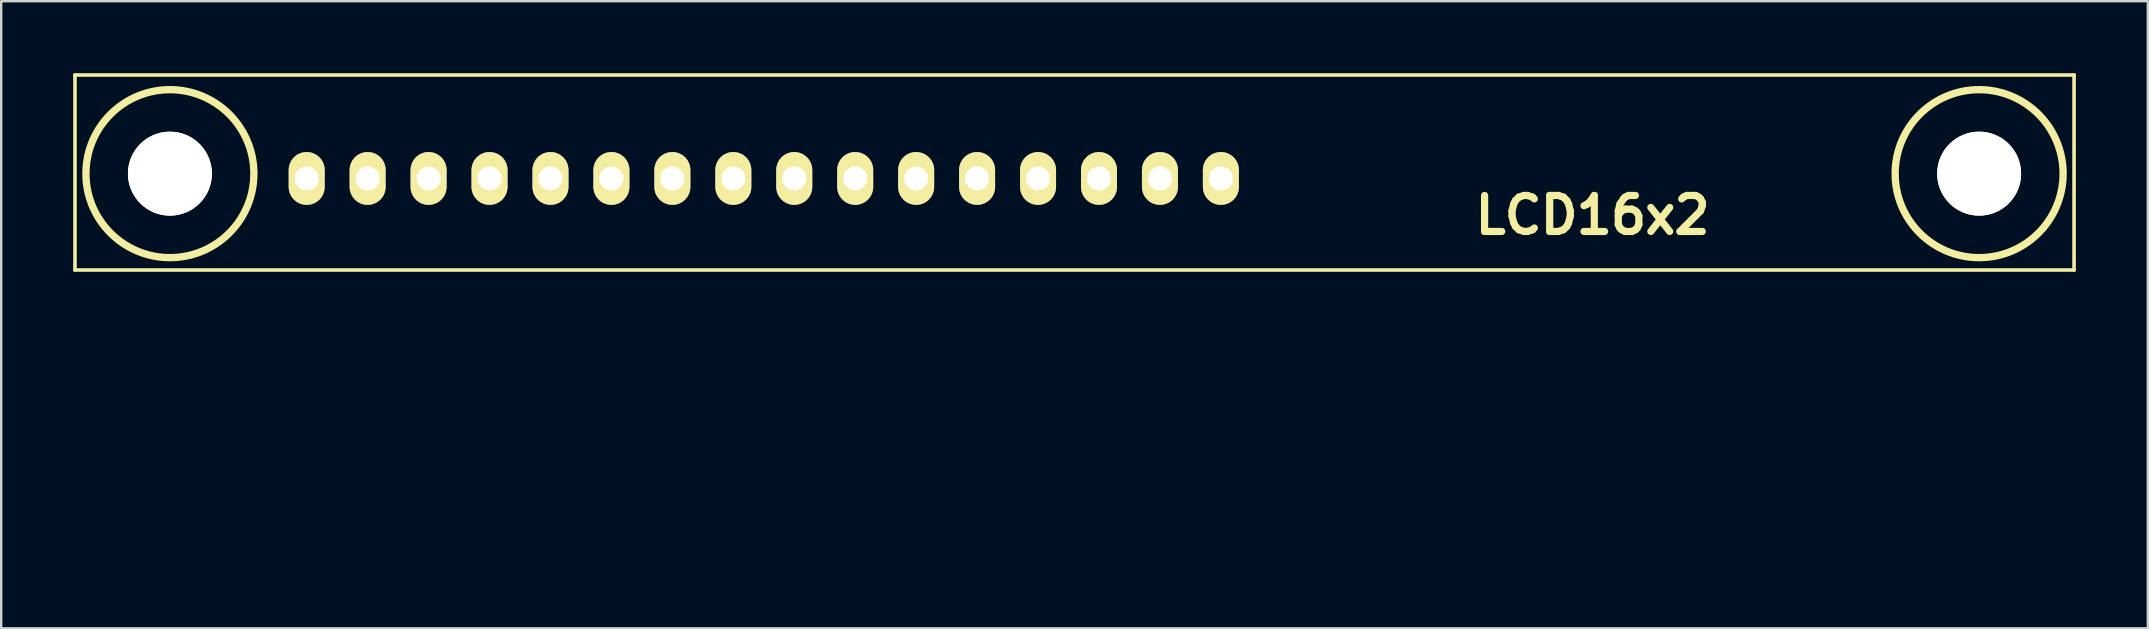
<source format=kicad_pcb>
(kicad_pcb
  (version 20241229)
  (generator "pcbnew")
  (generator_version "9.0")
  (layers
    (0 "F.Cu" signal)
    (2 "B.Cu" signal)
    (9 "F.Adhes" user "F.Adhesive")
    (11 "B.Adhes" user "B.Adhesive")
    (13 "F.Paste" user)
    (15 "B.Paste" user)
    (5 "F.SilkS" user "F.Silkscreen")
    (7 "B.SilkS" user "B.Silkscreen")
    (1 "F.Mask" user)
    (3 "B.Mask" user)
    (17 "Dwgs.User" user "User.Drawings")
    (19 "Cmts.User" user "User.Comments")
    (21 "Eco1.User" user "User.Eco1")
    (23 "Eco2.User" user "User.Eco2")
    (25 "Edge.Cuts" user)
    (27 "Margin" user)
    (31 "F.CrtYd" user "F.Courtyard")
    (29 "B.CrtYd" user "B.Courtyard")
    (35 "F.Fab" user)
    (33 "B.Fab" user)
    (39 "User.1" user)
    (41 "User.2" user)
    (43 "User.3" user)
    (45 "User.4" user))
  (footprint "LCD16x2"
    (layer "F.Cu")
    (at 41.731 19.887)
    (property "Reference" "LCD16x2" (at 21.59 -13.97 0) (layer "F.SilkS") (effects (font (size 1.5 1.5) (thickness 0.3))))
    (attr through_hole)
    (fp_line (start -41.656 -19.812) (end -41.656 -11.684) (stroke (width 0.15) (type solid)) (layer "F.SilkS"))
    (fp_line (start -41.656 -11.684) (end 41.656 -11.684) (stroke (width 0.15) (type solid)) (layer "F.SilkS"))
    (fp_line (start 41.656 -19.812) (end -41.656 -19.812) (stroke (width 0.15) (type solid)) (layer "F.SilkS"))
    (fp_line (start 41.656 -11.684) (end 41.656 -19.812) (stroke (width 0.15) (type solid)) (layer "F.SilkS"))
    (fp_circle (center -37.7 -15.7) (end -41.2 -15.7) (stroke (width 0.305) (type solid)) (fill no) (layer "F.SilkS"))
    (fp_circle (center 37.7 -15.7) (end 41.2 -15.7) (stroke (width 0.305) (type solid)) (fill no) (layer "F.SilkS"))
    (pad "" np_thru_hole circle (at -37.7 -15.7) (size 3.5 3.5) (drill 3.5) (layers "*.Cu" "*.Mask" "F.SilkS"))
    (pad "" np_thru_hole circle (at 37.7 -15.7) (size 3.5 3.5) (drill 3.5) (layers "*.Cu" "*.Mask" "F.SilkS"))
    (pad "1" thru_hole oval (at -32 -15.5) (size 1.5 2.2) (drill 1) (layers "*.Cu" "*.Mask" "F.SilkS"))
    (pad "2" thru_hole oval (at -29.46 -15.5) (size 1.5 2.2) (drill 1) (layers "*.Cu" "*.Mask" "F.SilkS"))
    (pad "3" thru_hole oval (at -26.92 -15.5) (size 1.5 2.2) (drill 1) (layers "*.Cu" "*.Mask" "F.SilkS"))
    (pad "4" thru_hole oval (at -24.38 -15.5) (size 1.5 2.2) (drill 1) (layers "*.Cu" "*.Mask" "F.SilkS"))
    (pad "5" thru_hole oval (at -21.84 -15.5) (size 1.5 2.2) (drill 1) (layers "*.Cu" "*.Mask" "F.SilkS"))
    (pad "6" thru_hole oval (at -19.3 -15.5) (size 1.5 2.2) (drill 1) (layers "*.Cu" "*.Mask" "F.SilkS"))
    (pad "7" thru_hole oval (at -16.76 -15.5) (size 1.5 2.2) (drill 1) (layers "*.Cu" "*.Mask" "F.SilkS"))
    (pad "8" thru_hole oval (at -14.22 -15.5) (size 1.5 2.2) (drill 1) (layers "*.Cu" "*.Mask" "F.SilkS"))
    (pad "9" thru_hole oval (at -11.68 -15.5) (size 1.5 2.2) (drill 1) (layers "*.Cu" "*.Mask" "F.SilkS"))
    (pad "10" thru_hole oval (at -9.14 -15.5) (size 1.5 2.2) (drill 1) (layers "*.Cu" "*.Mask" "F.SilkS"))
    (pad "11" thru_hole oval (at -6.6 -15.5) (size 1.5 2.2) (drill 1) (layers "*.Cu" "*.Mask" "F.SilkS"))
    (pad "12" thru_hole oval (at -4.06 -15.5) (size 1.5 2.2) (drill 1) (layers "*.Cu" "*.Mask" "F.SilkS"))
    (pad "13" thru_hole oval (at -1.52 -15.5) (size 1.5 2.2) (drill 1) (layers "*.Cu" "*.Mask" "F.SilkS"))
    (pad "14" thru_hole oval (at 1.02 -15.5) (size 1.5 2.2) (drill 1) (layers "*.Cu" "*.Mask" "F.SilkS"))
    (pad "15" thru_hole oval (at 3.56 -15.5) (size 1.5 2.2) (drill 1) (layers "*.Cu" "*.Mask" "F.SilkS"))
    (pad "16" thru_hole oval (at 6.1 -15.5) (size 1.5 2.2) (drill 1) (layers "*.Cu" "*.Mask" "F.SilkS")))
  (gr_rect
    (start -3 -3)
    (end 86.462 23.137)
    (stroke (width 0.1) (type default))
    (fill no)
    (layer "Edge.Cuts")))
</source>
